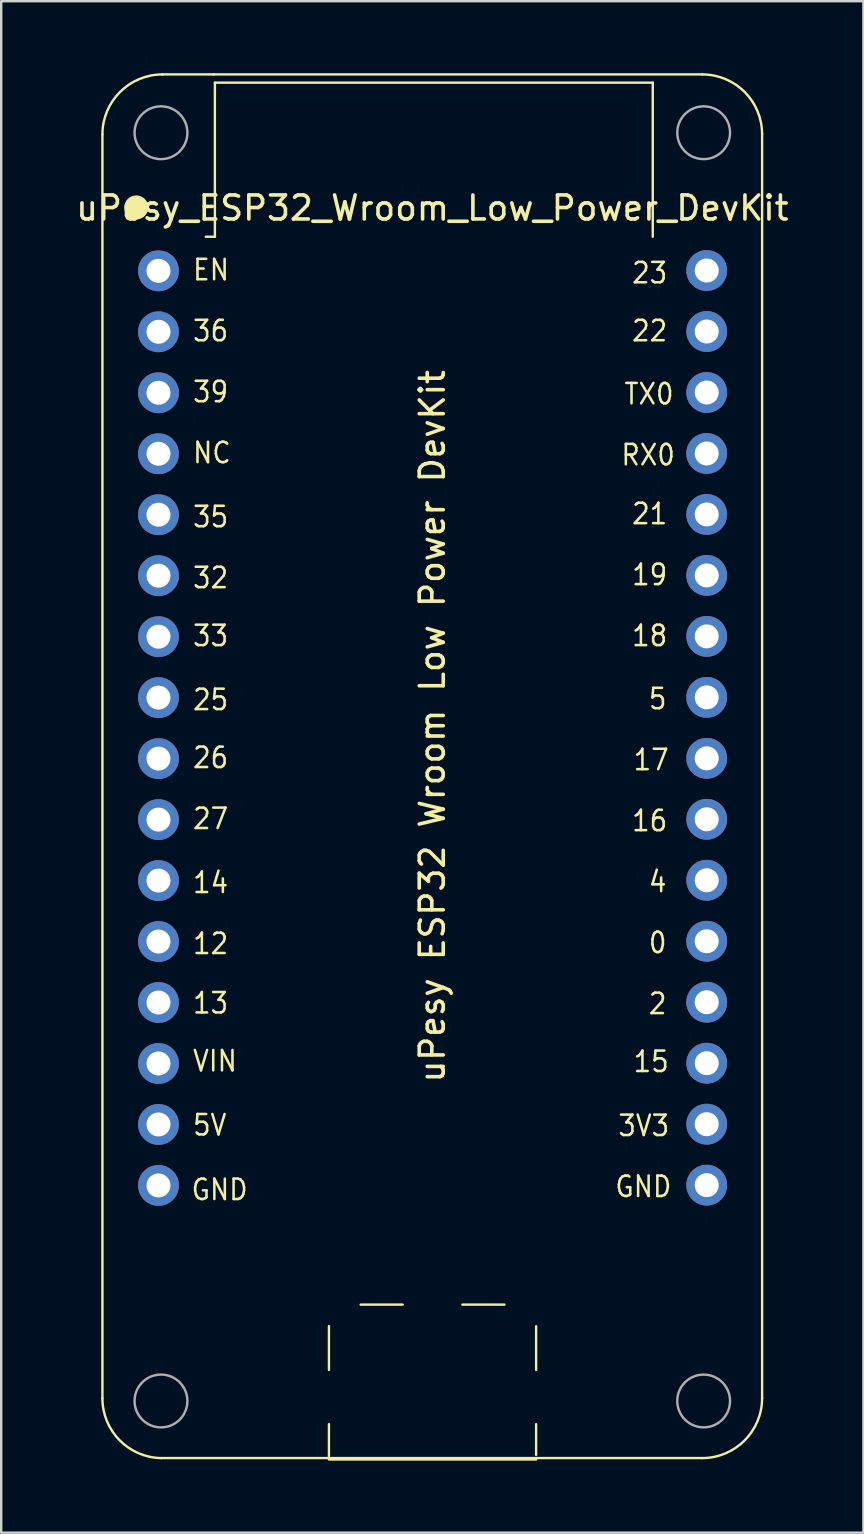
<source format=kicad_pcb>
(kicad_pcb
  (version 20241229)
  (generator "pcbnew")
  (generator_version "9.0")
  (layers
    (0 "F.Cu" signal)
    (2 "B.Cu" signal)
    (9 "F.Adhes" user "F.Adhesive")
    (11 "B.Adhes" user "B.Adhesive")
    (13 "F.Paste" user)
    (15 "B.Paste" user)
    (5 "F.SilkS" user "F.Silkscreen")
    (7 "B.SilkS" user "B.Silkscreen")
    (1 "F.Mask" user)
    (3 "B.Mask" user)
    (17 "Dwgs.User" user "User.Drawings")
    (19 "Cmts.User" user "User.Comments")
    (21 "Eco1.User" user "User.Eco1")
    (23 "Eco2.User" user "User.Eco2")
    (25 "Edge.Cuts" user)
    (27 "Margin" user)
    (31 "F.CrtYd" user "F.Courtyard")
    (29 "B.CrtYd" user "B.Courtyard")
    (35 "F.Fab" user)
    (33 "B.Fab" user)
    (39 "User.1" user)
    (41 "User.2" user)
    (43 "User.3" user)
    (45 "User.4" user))
  (footprint "uPesy_ESP32_Wroom_Low_Power_DevKit"
    (layer "F.Cu")
    (at 14.895 27.206)
    (property "Reference" "uPesy_ESP32_Wroom_Low_Power_DevKit" (at 0.064 -21.59 0) (layer "F.SilkS") (effects (font (size 1 1) (thickness 0.15))))
    (attr through_hole)
    (fp_line (start -13.678 27.994) (end -13.678 -24.656) (stroke (width 0.1) (type solid)) (layer "F.SilkS"))
    (fp_line (start -9.048 -27.156) (end -11.178 -27.156) (stroke (width 0.1) (type solid)) (layer "F.SilkS"))
    (fp_line (start -9.048 -27.156) (end 11.312 -27.156) (stroke (width 0.1) (type solid)) (layer "F.SilkS"))
    (fp_line (start -8.993 -26.812) (end -8.993 -20.393) (stroke (width 0.1) (type solid)) (layer "F.SilkS"))
    (fp_line (start -8.993 -26.812) (end 9.247 -26.812) (stroke (width 0.1) (type solid)) (layer "F.SilkS"))
    (fp_line (start -8.993 -20.393) (end -9.373 -20.393) (stroke (width 0.1) (type solid)) (layer "F.SilkS"))
    (fp_line (start -4.242 26.811) (end -4.242 24.991) (stroke (width 0.1) (type solid)) (layer "F.SilkS"))
    (fp_line (start -4.242 30.411) (end -4.242 29.071) (stroke (width 0.1) (type solid)) (layer "F.SilkS"))
    (fp_line (start -2.921 24.091) (end -1.171 24.091) (stroke (width 0.1) (type solid)) (layer "F.SilkS"))
    (fp_line (start 1.319 24.091) (end 3.068 24.091) (stroke (width 0.1) (type solid)) (layer "F.SilkS"))
    (fp_line (start 4.388 26.811) (end 4.388 24.991) (stroke (width 0.1) (type solid)) (layer "F.SilkS"))
    (fp_line (start 4.388 30.351) (end 4.388 29.071) (stroke (width 0.1) (type solid)) (layer "F.SilkS"))
    (fp_line (start 4.388 30.541) (end -4.242 30.541) (stroke (width 0.1) (type solid)) (layer "F.SilkS"))
    (fp_line (start 9.247 -26.812) (end 9.247 -20.393) (stroke (width 0.1) (type solid)) (layer "F.SilkS"))
    (fp_line (start 11.302 30.484) (end -11.218 30.484) (stroke (width 0.1) (type solid)) (layer "F.SilkS"))
    (fp_line (start 13.802 -24.666) (end 13.802 27.984) (stroke (width 0.1) (type solid)) (layer "F.SilkS"))
    (fp_arc (start -13.6782 -24.6556) (mid -12.945967 -26.423367) (end -11.1782 -27.1556) (stroke (width 0.1) (type solid)) (layer "F.SilkS"))
    (fp_arc (start -11.218186 30.48422) (mid -12.959466 29.744463) (end -13.678201 27.9944) (stroke (width 0.1) (type solid)) (layer "F.SilkS"))
    (fp_arc (start 11.3118 -27.1556) (mid 13.072496 -26.426296) (end 13.8018 -24.6656) (stroke (width 0.1) (type solid)) (layer "F.SilkS"))
    (fp_arc (start 13.8018 27.9844) (mid 13.069567 29.752167) (end 11.3018 30.4844) (stroke (width 0.1) (type solid)) (layer "F.SilkS"))
    (fp_circle (center -12.268 -21.615) (end -12.018 -21.615) (stroke (width 0.5) (type solid)) (fill no) (layer "F.SilkS"))
    (fp_circle (center -11.239 -24.727) (end -10.139 -24.727) (stroke (width 0.1) (type solid)) (fill no) (layer "F.Fab"))
    (fp_circle (center -11.239 28.105) (end -10.139 28.105) (stroke (width 0.1) (type solid)) (fill no) (layer "F.Fab"))
    (fp_circle (center 11.367 -24.727) (end 12.466 -24.727) (stroke (width 0.1) (type solid)) (fill no) (layer "F.Fab"))
    (fp_circle (center 11.367 28.105) (end 12.466 28.105) (stroke (width 0.1) (type solid)) (fill no) (layer "F.Fab"))
    (fp_text user "15" (at 8.382 13.97 180) (layer "F.SilkS") (effects (font (size 0.85 0.765) (thickness 0.106)) (justify left)))
    (fp_text user "12" (at -9.97 9.055 0) (layer "F.SilkS") (effects (font (size 0.85 0.765) (thickness 0.106)) (justify left)))
    (fp_text user "EN" (at -9.97 -19.012 0) (layer "F.SilkS") (effects (font (size 0.85 0.765) (thickness 0.106)) (justify left)))
    (fp_text user "14" (at -9.97 6.515 0) (layer "F.SilkS") (effects (font (size 0.85 0.765) (thickness 0.106)) (justify left)))
    (fp_text user "GND" (at 7.62 19.177 180) (layer "F.SilkS") (effects (font (size 0.85 0.765) (thickness 0.106)) (justify left)))
    (fp_text user "25" (at -9.97 -1.105 0) (layer "F.SilkS") (effects (font (size 0.85 0.765) (thickness 0.106)) (justify left)))
    (fp_text user "4" (at 9.017 6.477 0) (layer "F.SilkS") (effects (font (size 0.85 0.765) (thickness 0.106)) (justify left)))
    (fp_text user "39" (at -9.97 -13.932 0) (layer "F.SilkS") (effects (font (size 0.85 0.765) (thickness 0.106)) (justify left)))
    (fp_text user "35" (at -9.97 -8.725 0) (layer "F.SilkS") (effects (font (size 0.85 0.765) (thickness 0.106)) (justify left)))
    (fp_text user "5" (at 9.017 -1.143 180) (layer "F.SilkS") (effects (font (size 0.85 0.765) (thickness 0.106)) (justify left)))
    (fp_text user "2" (at 9.017 11.557 180) (layer "F.SilkS") (effects (font (size 0.85 0.765) (thickness 0.106)) (justify left)))
    (fp_text user "26" (at -9.97 1.308 0) (layer "F.SilkS") (effects (font (size 0.85 0.765) (thickness 0.106)) (justify left)))
    (fp_text user "VIN" (at -9.97 13.944 0) (layer "F.SilkS") (effects (font (size 0.85 0.765) (thickness 0.106)) (justify left)))
    (fp_text user "16" (at 8.319 3.937 180) (layer "F.SilkS") (effects (font (size 0.85 0.765) (thickness 0.106)) (justify left)))
    (fp_text user "NC" (at -9.97 -11.392 0) (layer "F.SilkS") (effects (font (size 0.85 0.765) (thickness 0.106)) (justify left)))
    (fp_text user "21" (at 8.319 -8.852 180) (layer "F.SilkS") (effects (font (size 0.85 0.765) (thickness 0.106)) (justify left)))
    (fp_text user "36" (at -9.97 -16.472 0) (layer "F.SilkS") (effects (font (size 0.85 0.765) (thickness 0.106)) (justify left)))
    (fp_text user "3V3" (at 7.747 16.637 180) (layer "F.SilkS") (effects (font (size 0.85 0.765) (thickness 0.106)) (justify left)))
    (fp_text user "19" (at 8.319 -6.312 180) (layer "F.SilkS") (effects (font (size 0.85 0.765) (thickness 0.106)) (justify left)))
    (fp_text user "TX0" (at 8.001 -13.843 180) (layer "F.SilkS") (effects (font (size 0.85 0.765) (thickness 0.106)) (justify left)))
    (fp_text user "22" (at 8.319 -16.472 180) (layer "F.SilkS") (effects (font (size 0.85 0.765) (thickness 0.106)) (justify left)))
    (fp_text user "23" (at 8.319 -18.885 180) (layer "F.SilkS") (effects (font (size 0.85 0.765) (thickness 0.106)) (justify left)))
    (fp_text user "0" (at 9.017 9.017 180) (layer "F.SilkS") (effects (font (size 0.85 0.765) (thickness 0.106)) (justify left)))
    (fp_text user "GND" (at -10.033 19.304 180) (layer "F.SilkS") (effects (font (size 0.85 0.765) (thickness 0.106)) (justify left)))
    (fp_text user "13" (at -9.97 11.531 0) (layer "F.SilkS") (effects (font (size 0.85 0.765) (thickness 0.106)) (justify left)))
    (fp_text user "RX0" (at 7.874 -11.303 180) (layer "F.SilkS") (effects (font (size 0.85 0.765) (thickness 0.106)) (justify left)))
    (fp_text user "27" (at -9.97 3.848 0) (layer "F.SilkS") (effects (font (size 0.85 0.765) (thickness 0.106)) (justify left)))
    (fp_text user "32" (at -9.97 -6.185 0) (layer "F.SilkS") (effects (font (size 0.85 0.765) (thickness 0.106)) (justify left)))
    (fp_text user "uPesy ESP32 Wroom Low Power DevKit" (at 0.064 0 90) (layer "F.SilkS") (effects (font (size 1 1) (thickness 0.15))))
    (fp_text user "18" (at 8.319 -3.772 180) (layer "F.SilkS") (effects (font (size 0.85 0.765) (thickness 0.106)) (justify left)))
    (fp_text user "5V" (at -9.97 16.612 0) (layer "F.SilkS") (effects (font (size 0.85 0.765) (thickness 0.106)) (justify left)))
    (fp_text user "17" (at 8.382 1.397 180) (layer "F.SilkS") (effects (font (size 0.85 0.765) (thickness 0.106)) (justify left)))
    (fp_text user "33" (at -9.97 -3.772 0) (layer "F.SilkS") (effects (font (size 0.85 0.765) (thickness 0.106)) (justify left)))
    (pad "1" thru_hole circle (at -11.343 -18.974 270) (size 1.7 1.7) (drill 1) (layers "*.Cu" "*.Mask"))
    (pad "2" thru_hole circle (at -11.343 -16.434 270) (size 1.7 1.7) (drill 1) (layers "*.Cu" "*.Mask"))
    (pad "3" thru_hole circle (at -11.343 -13.894 270) (size 1.7 1.7) (drill 1) (layers "*.Cu" "*.Mask"))
    (pad "4" thru_hole circle (at -11.343 -11.354 270) (size 1.7 1.7) (drill 1) (layers "*.Cu" "*.Mask"))
    (pad "5" thru_hole circle (at -11.343 -8.814 270) (size 1.7 1.7) (drill 1) (layers "*.Cu" "*.Mask"))
    (pad "6" thru_hole circle (at -11.343 -6.274 270) (size 1.7 1.7) (drill 1) (layers "*.Cu" "*.Mask"))
    (pad "7" thru_hole circle (at -11.343 -3.734 270) (size 1.7 1.7) (drill 1) (layers "*.Cu" "*.Mask"))
    (pad "8" thru_hole circle (at -11.343 -1.194 270) (size 1.7 1.7) (drill 1) (layers "*.Cu" "*.Mask"))
    (pad "9" thru_hole circle (at -11.343 1.346 270) (size 1.7 1.7) (drill 1) (layers "*.Cu" "*.Mask"))
    (pad "10" thru_hole circle (at -11.343 3.886 270) (size 1.7 1.7) (drill 1) (layers "*.Cu" "*.Mask"))
    (pad "11" thru_hole circle (at -11.343 6.426 270) (size 1.7 1.7) (drill 1) (layers "*.Cu" "*.Mask"))
    (pad "12" thru_hole circle (at -11.343 8.966 270) (size 1.7 1.7) (drill 1) (layers "*.Cu" "*.Mask"))
    (pad "13" thru_hole circle (at -11.343 11.506 270) (size 1.7 1.7) (drill 1) (layers "*.Cu" "*.Mask"))
    (pad "14" thru_hole circle (at -11.343 14.046 270) (size 1.7 1.7) (drill 1) (layers "*.Cu" "*.Mask"))
    (pad "15" thru_hole circle (at -11.343 16.586 270) (size 1.7 1.7) (drill 1) (layers "*.Cu" "*.Mask"))
    (pad "16" thru_hole circle (at -11.343 19.126 270) (size 1.7 1.7) (drill 1) (layers "*.Cu" "*.Mask"))
    (pad "17" thru_hole circle (at 11.495 -18.986 90) (size 1.7 1.7) (drill 1) (layers "*.Cu" "*.Mask"))
    (pad "18" thru_hole circle (at 11.495 -16.446 90) (size 1.7 1.7) (drill 1) (layers "*.Cu" "*.Mask"))
    (pad "19" thru_hole circle (at 11.495 -13.906 90) (size 1.7 1.7) (drill 1) (layers "*.Cu" "*.Mask"))
    (pad "20" thru_hole circle (at 11.495 -11.366 90) (size 1.7 1.7) (drill 1) (layers "*.Cu" "*.Mask"))
    (pad "21" thru_hole circle (at 11.495 -8.826 90) (size 1.7 1.7) (drill 1) (layers "*.Cu" "*.Mask"))
    (pad "22" thru_hole circle (at 11.495 -6.286 90) (size 1.7 1.7) (drill 1) (layers "*.Cu" "*.Mask"))
    (pad "23" thru_hole circle (at 11.495 -3.746 90) (size 1.7 1.7) (drill 1) (layers "*.Cu" "*.Mask"))
    (pad "24" thru_hole circle (at 11.495 -1.206 90) (size 1.7 1.7) (drill 1) (layers "*.Cu" "*.Mask"))
    (pad "25" thru_hole circle (at 11.495 1.334 90) (size 1.7 1.7) (drill 1) (layers "*.Cu" "*.Mask"))
    (pad "26" thru_hole circle (at 11.495 3.874 90) (size 1.7 1.7) (drill 1) (layers "*.Cu" "*.Mask"))
    (pad "27" thru_hole circle (at 11.495 6.414 90) (size 1.7 1.7) (drill 1) (layers "*.Cu" "*.Mask"))
    (pad "28" thru_hole circle (at 11.495 8.954 90) (size 1.7 1.7) (drill 1) (layers "*.Cu" "*.Mask"))
    (pad "29" thru_hole circle (at 11.495 11.494 90) (size 1.7 1.7) (drill 1) (layers "*.Cu" "*.Mask"))
    (pad "30" thru_hole circle (at 11.495 14.034 90) (size 1.7 1.7) (drill 1) (layers "*.Cu" "*.Mask"))
    (pad "31" thru_hole circle (at 11.495 16.574 90) (size 1.7 1.7) (drill 1) (layers "*.Cu" "*.Mask"))
    (pad "32" thru_hole circle (at 11.495 19.114 90) (size 1.7 1.7) (drill 1) (layers "*.Cu" "*.Mask")))
  (gr_rect
    (start -3 -3)
    (end 32.917 60.797)
    (stroke (width 0.1) (type default))
    (fill no)
    (layer "Edge.Cuts")))
</source>
